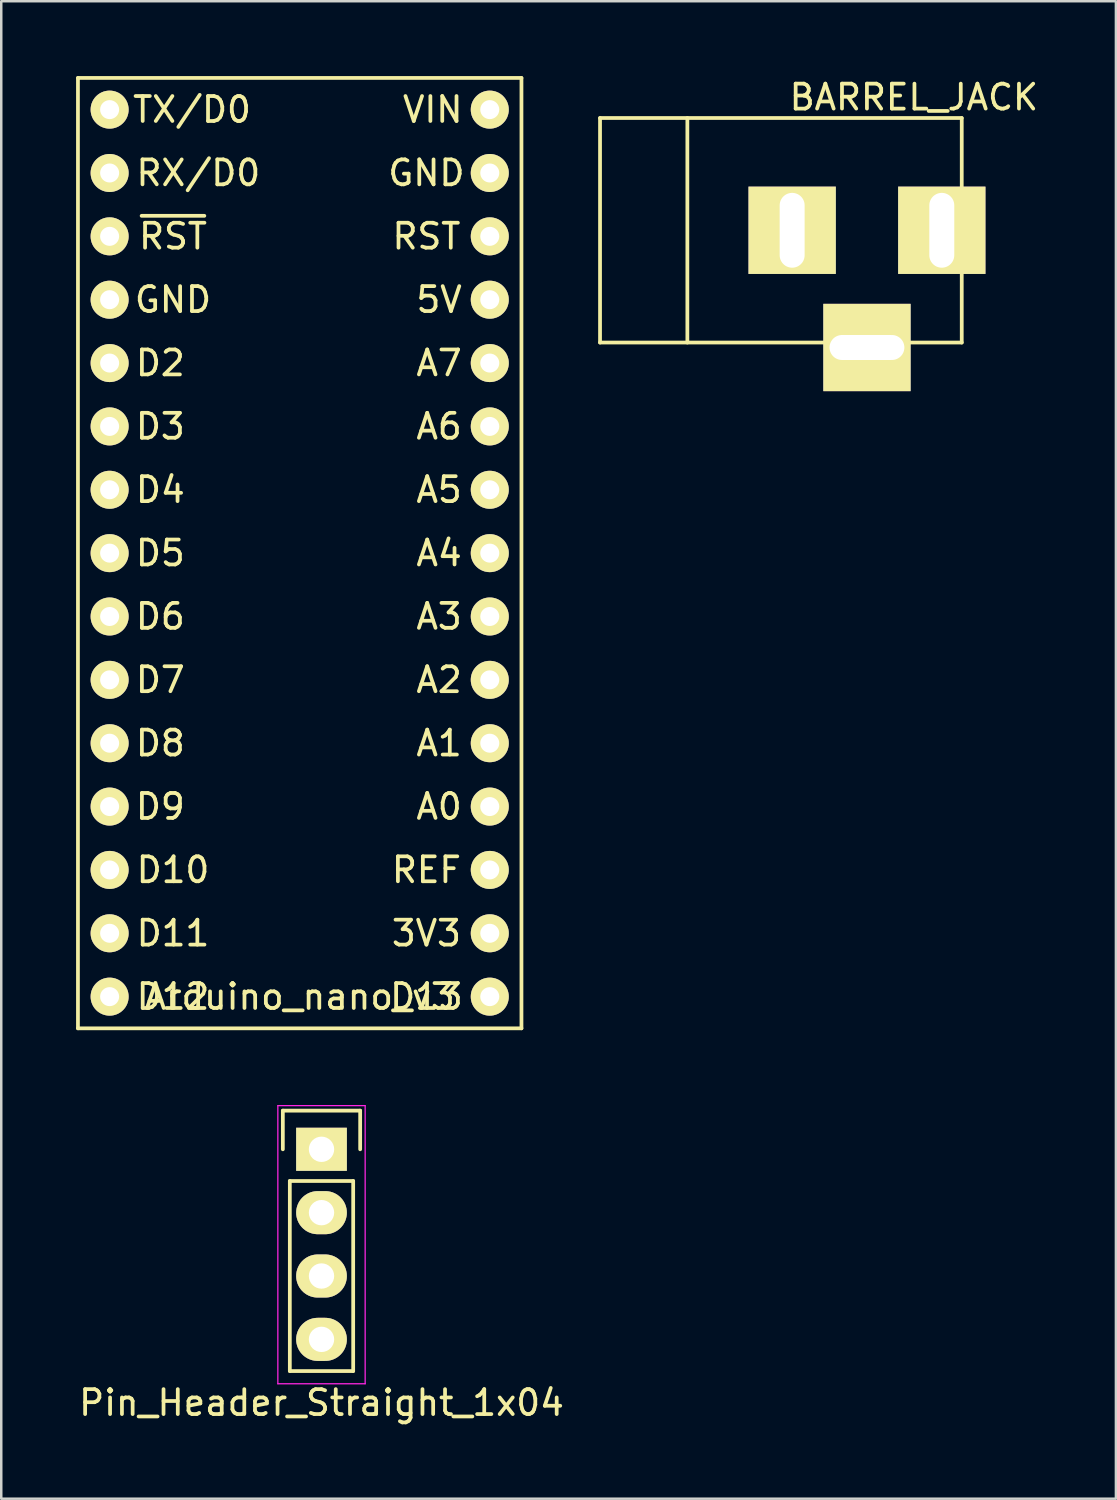
<source format=kicad_pcb>
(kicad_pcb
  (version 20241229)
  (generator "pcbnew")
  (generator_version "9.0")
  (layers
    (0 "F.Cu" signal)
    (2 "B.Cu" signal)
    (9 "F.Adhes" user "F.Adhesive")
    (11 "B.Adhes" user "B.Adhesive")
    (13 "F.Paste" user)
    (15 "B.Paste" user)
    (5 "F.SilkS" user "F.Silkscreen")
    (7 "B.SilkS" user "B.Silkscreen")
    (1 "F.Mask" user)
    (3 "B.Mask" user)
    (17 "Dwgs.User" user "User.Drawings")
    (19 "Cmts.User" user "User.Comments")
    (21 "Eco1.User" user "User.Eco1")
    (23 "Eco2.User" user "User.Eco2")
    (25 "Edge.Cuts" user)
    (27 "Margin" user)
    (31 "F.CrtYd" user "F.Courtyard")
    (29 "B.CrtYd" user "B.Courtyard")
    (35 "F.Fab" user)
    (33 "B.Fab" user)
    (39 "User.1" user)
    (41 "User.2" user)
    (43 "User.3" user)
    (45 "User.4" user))
  (footprint "Arduino_nano_v3"
    (layer "F.Cu")
    (at 8.965 16.585)
    (property "Reference" "Arduino_nano_v3" (at 0 20.32 0) (layer "F.SilkS") (effects (font (size 1 1) (thickness 0.15))))
    (attr through_hole)
    (fp_line (start -8.89 -16.51) (end -8.89 21.59) (stroke (width 0.15) (type solid)) (layer "F.SilkS"))
    (fp_line (start -8.89 21.59) (end 8.89 21.59) (stroke (width 0.15) (type solid)) (layer "F.SilkS"))
    (fp_line (start 8.89 -16.51) (end -8.89 -16.51) (stroke (width 0.15) (type solid)) (layer "F.SilkS"))
    (fp_line (start 8.89 21.59) (end 8.89 -16.51) (stroke (width 0.15) (type solid)) (layer "F.SilkS"))
    (fp_text user "5V" (at 5.588 -7.62 0) (layer "F.SilkS") (effects (font (size 1 1) (thickness 0.15))))
    (fp_text user "A0" (at 5.588 12.7 0) (layer "F.SilkS") (effects (font (size 1 1) (thickness 0.15))))
    (fp_text user "A2" (at 5.588 7.62 0) (layer "F.SilkS") (effects (font (size 1 1) (thickness 0.15))))
    (fp_text user "TX/D0" (at -4.318 -15.24 0) (layer "F.SilkS") (effects (font (size 1 1) (thickness 0.15))))
    (fp_text user "A3" (at 5.588 5.08 0) (layer "F.SilkS") (effects (font (size 1 1) (thickness 0.15))))
    (fp_text user "D7" (at -5.588 7.62 0) (layer "F.SilkS") (effects (font (size 1 1) (thickness 0.15))))
    (fp_text user "~{RST}" (at -5.08 -10.16 0) (layer "F.SilkS") (effects (font (size 1 1) (thickness 0.15))))
    (fp_text user "A7" (at 5.588 -5.08 0) (layer "F.SilkS") (effects (font (size 1 1) (thickness 0.15))))
    (fp_text user "REF" (at 5.08 15.24 0) (layer "F.SilkS") (effects (font (size 1 1) (thickness 0.15))))
    (fp_text user "VIN" (at 5.334 -15.24 0) (layer "F.SilkS") (effects (font (size 1 1) (thickness 0.15))))
    (fp_text user "D3" (at -5.588 -2.54 0) (layer "F.SilkS") (effects (font (size 1 1) (thickness 0.15))))
    (fp_text user "GND" (at 5.08 -12.7 0) (layer "F.SilkS") (effects (font (size 1 1) (thickness 0.15))))
    (fp_text user "A1" (at 5.588 10.16 0) (layer "F.SilkS") (effects (font (size 1 1) (thickness 0.15))))
    (fp_text user "D11" (at -5.08 17.78 0) (layer "F.SilkS") (effects (font (size 1 1) (thickness 0.15))))
    (fp_text user "A6" (at 5.588 -2.54 0) (layer "F.SilkS") (effects (font (size 1 1) (thickness 0.15))))
    (fp_text user "GND" (at -5.08 -7.62 0) (layer "F.SilkS") (effects (font (size 1 1) (thickness 0.15))))
    (fp_text user "D5" (at -5.588 2.54 0) (layer "F.SilkS") (effects (font (size 1 1) (thickness 0.15))))
    (fp_text user "D13" (at 5.08 20.32 0) (layer "F.SilkS") (effects (font (size 1 1) (thickness 0.15))))
    (fp_text user "D12" (at -5.08 20.32 0) (layer "F.SilkS") (effects (font (size 1 1) (thickness 0.15))))
    (fp_text user "A5" (at 5.588 0 0) (layer "F.SilkS") (effects (font (size 1 1) (thickness 0.15))))
    (fp_text user "D9" (at -5.588 12.7 0) (layer "F.SilkS") (effects (font (size 1 1) (thickness 0.15))))
    (fp_text user "3V3" (at 5.08 17.78 0) (layer "F.SilkS") (effects (font (size 1 1) (thickness 0.15))))
    (fp_text user "RX/D0" (at -4.064 -12.7 0) (layer "F.SilkS") (effects (font (size 1 1) (thickness 0.15))))
    (fp_text user "D6" (at -5.588 5.08 0) (layer "F.SilkS") (effects (font (size 1 1) (thickness 0.15))))
    (fp_text user "RST" (at 5.08 -10.16 0) (layer "F.SilkS") (effects (font (size 1 1) (thickness 0.15))))
    (fp_text user "A4" (at 5.588 2.54 0) (layer "F.SilkS") (effects (font (size 1 1) (thickness 0.15))))
    (fp_text user "D10" (at -5.08 15.24 0) (layer "F.SilkS") (effects (font (size 1 1) (thickness 0.15))))
    (fp_text user "D2" (at -5.588 -5.08 0) (layer "F.SilkS") (effects (font (size 1 1) (thickness 0.15))))
    (fp_text user "D8" (at -5.588 10.16 0) (layer "F.SilkS") (effects (font (size 1 1) (thickness 0.15))))
    (fp_text user "D4" (at -5.588 0 0) (layer "F.SilkS") (effects (font (size 1 1) (thickness 0.15))))
    (pad "1" thru_hole circle (at -7.62 -15.24) (size 1.524 1.524) (drill 0.762) (layers "*.Cu" "*.Mask" "F.SilkS"))
    (pad "2" thru_hole circle (at -7.62 -12.7) (size 1.524 1.524) (drill 0.762) (layers "*.Cu" "*.Mask" "F.SilkS"))
    (pad "3" thru_hole circle (at -7.62 -10.16) (size 1.524 1.524) (drill 0.762) (layers "*.Cu" "*.Mask" "F.SilkS"))
    (pad "4" thru_hole circle (at -7.62 -7.62) (size 1.524 1.524) (drill 0.762) (layers "*.Cu" "*.Mask" "F.SilkS"))
    (pad "5" thru_hole circle (at -7.62 -5.08) (size 1.524 1.524) (drill 0.762) (layers "*.Cu" "*.Mask" "F.SilkS"))
    (pad "6" thru_hole circle (at -7.62 -2.54) (size 1.524 1.524) (drill 0.762) (layers "*.Cu" "*.Mask" "F.SilkS"))
    (pad "7" thru_hole circle (at -7.62 0) (size 1.524 1.524) (drill 0.762) (layers "*.Cu" "*.Mask" "F.SilkS"))
    (pad "8" thru_hole circle (at -7.62 2.54) (size 1.524 1.524) (drill 0.762) (layers "*.Cu" "*.Mask" "F.SilkS"))
    (pad "9" thru_hole circle (at -7.62 5.08) (size 1.524 1.524) (drill 0.762) (layers "*.Cu" "*.Mask" "F.SilkS"))
    (pad "10" thru_hole circle (at -7.62 7.62) (size 1.524 1.524) (drill 0.762) (layers "*.Cu" "*.Mask" "F.SilkS"))
    (pad "11" thru_hole circle (at -7.62 10.16) (size 1.524 1.524) (drill 0.762) (layers "*.Cu" "*.Mask" "F.SilkS"))
    (pad "12" thru_hole circle (at -7.62 12.7) (size 1.524 1.524) (drill 0.762) (layers "*.Cu" "*.Mask" "F.SilkS"))
    (pad "13" thru_hole circle (at -7.62 15.24) (size 1.524 1.524) (drill 0.762) (layers "*.Cu" "*.Mask" "F.SilkS"))
    (pad "14" thru_hole circle (at -7.62 17.78) (size 1.524 1.524) (drill 0.762) (layers "*.Cu" "*.Mask" "F.SilkS"))
    (pad "15" thru_hole circle (at -7.62 20.32) (size 1.524 1.524) (drill 0.762) (layers "*.Cu" "*.Mask" "F.SilkS"))
    (pad "16" thru_hole circle (at 7.62 20.32) (size 1.524 1.524) (drill 0.762) (layers "*.Cu" "*.Mask" "F.SilkS"))
    (pad "17" thru_hole circle (at 7.62 17.78) (size 1.524 1.524) (drill 0.762) (layers "*.Cu" "*.Mask" "F.SilkS"))
    (pad "18" thru_hole circle (at 7.62 15.24) (size 1.524 1.524) (drill 0.762) (layers "*.Cu" "*.Mask" "F.SilkS"))
    (pad "19" thru_hole circle (at 7.62 12.7) (size 1.524 1.524) (drill 0.762) (layers "*.Cu" "*.Mask" "F.SilkS"))
    (pad "20" thru_hole circle (at 7.62 10.16) (size 1.524 1.524) (drill 0.762) (layers "*.Cu" "*.Mask" "F.SilkS"))
    (pad "21" thru_hole circle (at 7.62 7.62) (size 1.524 1.524) (drill 0.762) (layers "*.Cu" "*.Mask" "F.SilkS"))
    (pad "22" thru_hole circle (at 7.62 5.08) (size 1.524 1.524) (drill 0.762) (layers "*.Cu" "*.Mask" "F.SilkS"))
    (pad "23" thru_hole circle (at 7.62 2.54) (size 1.524 1.524) (drill 0.762) (layers "*.Cu" "*.Mask" "F.SilkS"))
    (pad "24" thru_hole circle (at 7.62 0) (size 1.524 1.524) (drill 0.762) (layers "*.Cu" "*.Mask" "F.SilkS"))
    (pad "25" thru_hole circle (at 7.62 -2.54) (size 1.524 1.524) (drill 0.762) (layers "*.Cu" "*.Mask" "F.SilkS"))
    (pad "26" thru_hole circle (at 7.62 -5.08) (size 1.524 1.524) (drill 0.762) (layers "*.Cu" "*.Mask" "F.SilkS"))
    (pad "27" thru_hole circle (at 7.62 -7.62) (size 1.524 1.524) (drill 0.762) (layers "*.Cu" "*.Mask" "F.SilkS"))
    (pad "28" thru_hole circle (at 7.62 -10.16) (size 1.524 1.524) (drill 0.762) (layers "*.Cu" "*.Mask" "F.SilkS"))
    (pad "29" thru_hole circle (at 7.62 -12.7) (size 1.524 1.524) (drill 0.762) (layers "*.Cu" "*.Mask" "F.SilkS"))
    (pad "30" thru_hole circle (at 7.62 -15.24) (size 1.524 1.524) (drill 0.762) (layers "*.Cu" "*.Mask" "F.SilkS")))
  (footprint "BARREL_JACK"
    (layer "F.Cu")
    (at 28.506 6.182)
    (property "Reference" "BARREL_JACK" (at 5.08 -5.334 180) (layer "F.SilkS") (effects (font (size 1 1) (thickness 0.15))))
    (attr through_hole)
    (fp_line (start -7.501 -4.501) (end -7.501 4.501) (stroke (width 0.15) (type solid)) (layer "F.SilkS"))
    (fp_line (start -7.501 4.501) (end 7 4.501) (stroke (width 0.15) (type solid)) (layer "F.SilkS"))
    (fp_line (start -4 -4.501) (end -4 4.501) (stroke (width 0.15) (type solid)) (layer "F.SilkS"))
    (fp_line (start 7 -4.501) (end -7.501 -4.501) (stroke (width 0.15) (type solid)) (layer "F.SilkS"))
    (fp_line (start 7 4.501) (end 7 -4.501) (stroke (width 0.15) (type solid)) (layer "F.SilkS"))
    (pad "1" thru_hole rect (at 6.2 0) (size 3.5 3.5) (drill oval 1.001 3) (layers "*.Cu" "*.Mask" "F.SilkS"))
    (pad "2" thru_hole rect (at 0.201 0) (size 3.5 3.5) (drill oval 1.001 3) (layers "*.Cu" "*.Mask" "F.SilkS"))
    (pad "3" thru_hole rect (at 3.2 4.699) (size 3.5 3.5) (drill oval 3 1.001) (layers "*.Cu" "*.Mask" "F.SilkS")))
  (footprint "Pin_Header_Straight_1x04"
    (layer "F.Cu")
    (at 9.839 43.025)
    (property "Reference" "Pin_Header_Straight_1x04" (at 0 10.16 180) (layer "F.SilkS") (effects (font (size 1 1) (thickness 0.15))))
    (attr through_hole)
    (fp_line (start -1.55 -1.55) (end 1.55 -1.55) (stroke (width 0.15) (type solid)) (layer "F.SilkS"))
    (fp_line (start -1.55 0) (end -1.55 -1.55) (stroke (width 0.15) (type solid)) (layer "F.SilkS"))
    (fp_line (start -1.27 1.27) (end -1.27 8.89) (stroke (width 0.15) (type solid)) (layer "F.SilkS"))
    (fp_line (start -1.27 8.89) (end 1.27 8.89) (stroke (width 0.15) (type solid)) (layer "F.SilkS"))
    (fp_line (start 1.27 1.27) (end -1.27 1.27) (stroke (width 0.15) (type solid)) (layer "F.SilkS"))
    (fp_line (start 1.27 1.27) (end 1.27 8.89) (stroke (width 0.15) (type solid)) (layer "F.SilkS"))
    (fp_line (start 1.55 -1.55) (end 1.55 0) (stroke (width 0.15) (type solid)) (layer "F.SilkS"))
    (fp_line (start -1.75 -1.75) (end -1.75 9.4) (stroke (width 0.05) (type solid)) (layer "F.CrtYd"))
    (fp_line (start -1.75 -1.75) (end 1.75 -1.75) (stroke (width 0.05) (type solid)) (layer "F.CrtYd"))
    (fp_line (start -1.75 9.4) (end 1.75 9.4) (stroke (width 0.05) (type solid)) (layer "F.CrtYd"))
    (fp_line (start 1.75 -1.75) (end 1.75 9.4) (stroke (width 0.05) (type solid)) (layer "F.CrtYd"))
    (pad "1" thru_hole rect (at 0 0) (size 2.032 1.727) (drill 1.016) (layers "*.Cu" "*.Mask" "F.SilkS"))
    (pad "2" thru_hole oval (at 0 2.54) (size 2.032 1.727) (drill 1.016) (layers "*.Cu" "*.Mask" "F.SilkS"))
    (pad "3" thru_hole oval (at 0 5.08) (size 2.032 1.727) (drill 1.016) (layers "*.Cu" "*.Mask" "F.SilkS"))
    (pad "4" thru_hole oval (at 0 7.62) (size 2.032 1.727) (drill 1.016) (layers "*.Cu" "*.Mask" "F.SilkS")))
  (gr_rect
    (start -3 -3)
    (end 41.687 57.033)
    (stroke (width 0.1) (type default))
    (fill no)
    (layer "Edge.Cuts")))
</source>
